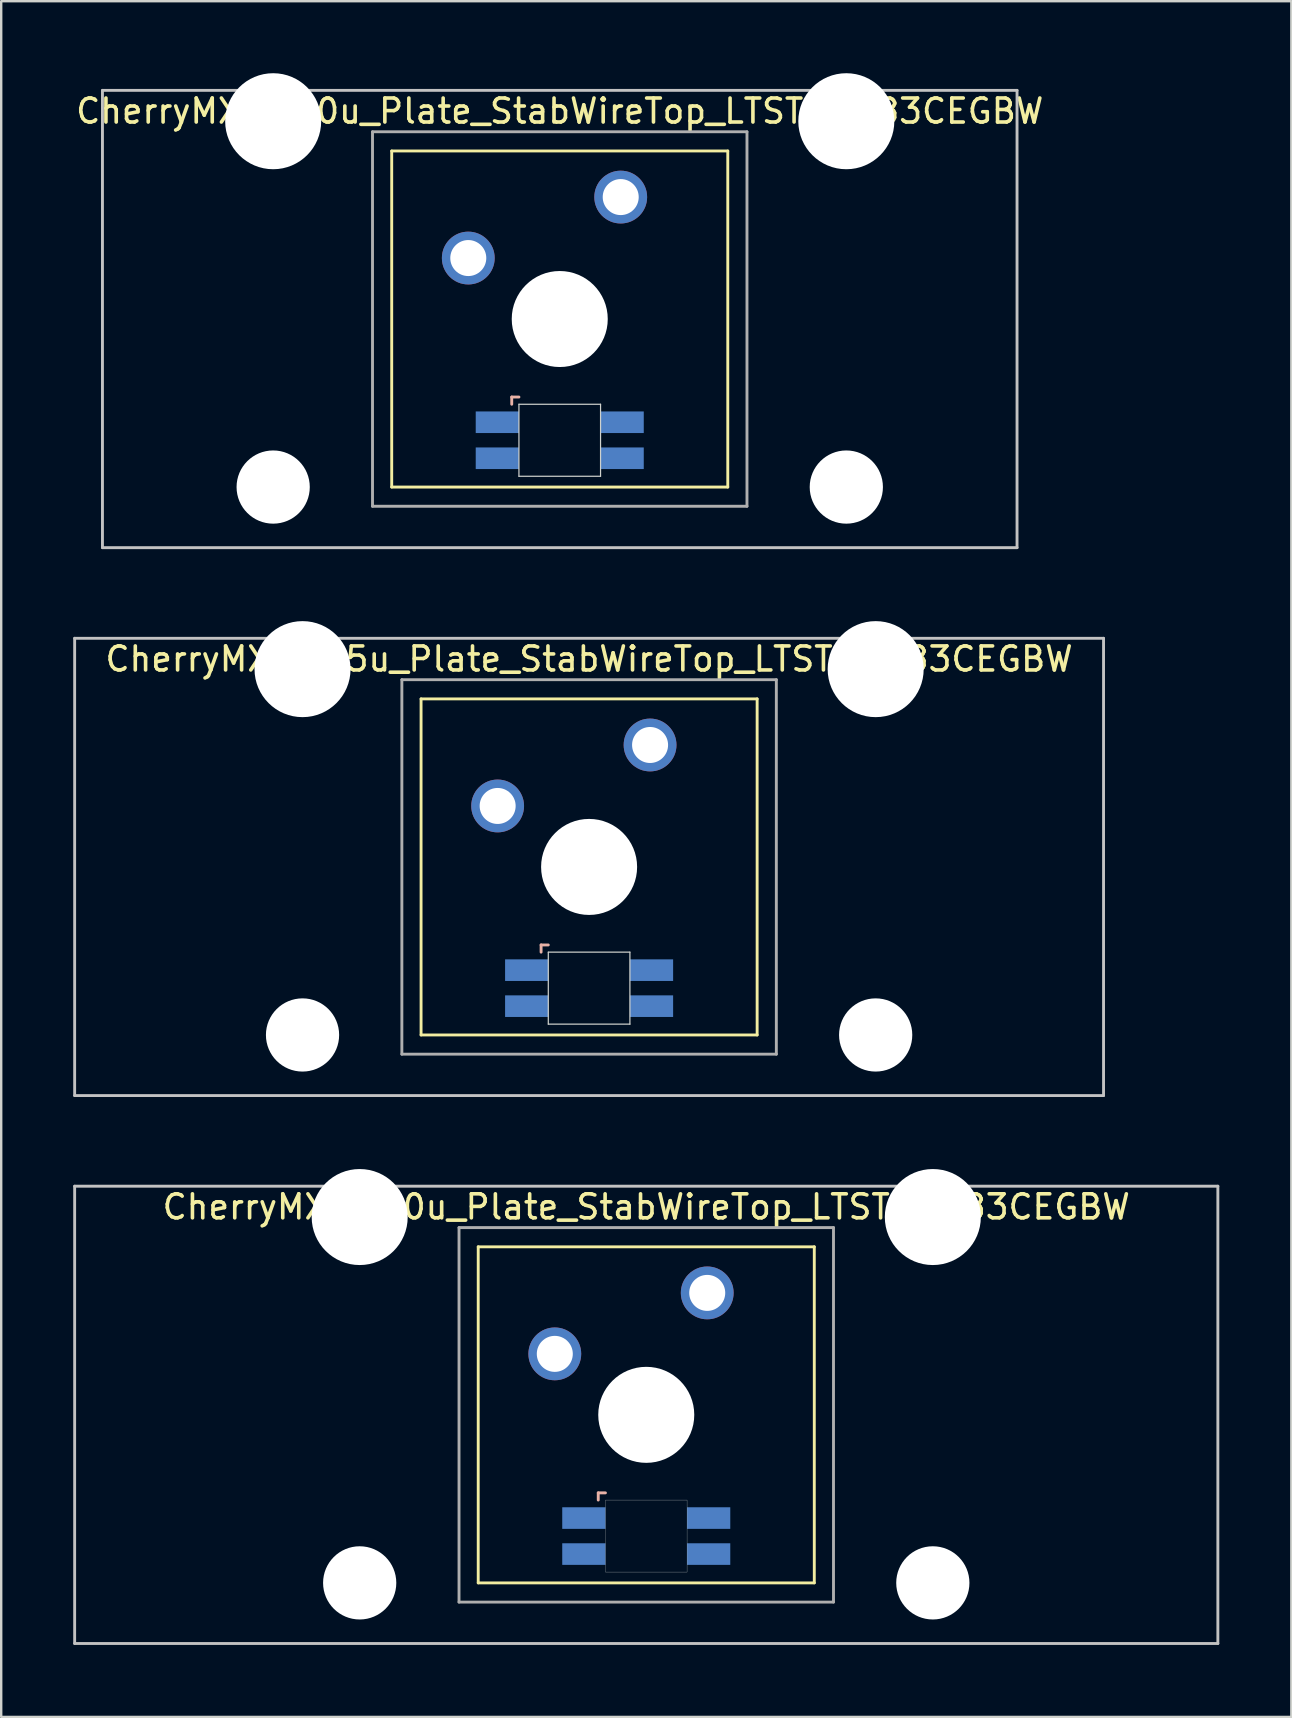
<source format=kicad_pcb>
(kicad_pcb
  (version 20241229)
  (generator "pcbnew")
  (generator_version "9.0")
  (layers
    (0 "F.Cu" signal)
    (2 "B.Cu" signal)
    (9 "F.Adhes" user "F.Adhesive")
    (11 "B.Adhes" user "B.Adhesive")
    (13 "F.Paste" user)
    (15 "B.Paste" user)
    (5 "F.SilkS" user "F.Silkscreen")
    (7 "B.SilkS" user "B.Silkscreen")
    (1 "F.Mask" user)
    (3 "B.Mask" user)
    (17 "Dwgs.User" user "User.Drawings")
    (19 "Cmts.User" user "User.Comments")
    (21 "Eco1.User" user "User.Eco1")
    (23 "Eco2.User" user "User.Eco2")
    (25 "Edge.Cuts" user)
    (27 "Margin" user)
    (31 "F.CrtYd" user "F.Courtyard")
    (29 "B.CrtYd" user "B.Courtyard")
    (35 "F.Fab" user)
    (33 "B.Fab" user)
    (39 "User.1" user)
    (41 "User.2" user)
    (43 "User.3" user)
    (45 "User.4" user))
  (footprint "CherryMX_2.25u_Plate_StabWireTop_LTST-A683CEGBW"
    (layer "F.Cu")
    (at 21.491 33.065)
    (property "Reference" "CherryMX_2.25u_Plate_StabWireTop_LTST-A683CEGBW" (at 0 -8.662 0) (layer "F.SilkS") (effects (font (size 1 1) (thickness 0.15))))
    (attr through_hole)
    (fp_line (start -7 -7) (end -7 7) (stroke (width 0.12) (type solid)) (layer "F.SilkS"))
    (fp_line (start -7 -7) (end 7 -7) (stroke (width 0.12) (type solid)) (layer "F.SilkS"))
    (fp_line (start 7 -7) (end 7 7) (stroke (width 0.12) (type solid)) (layer "F.SilkS"))
    (fp_line (start 7 7) (end -7 7) (stroke (width 0.12) (type solid)) (layer "F.SilkS"))
    (fp_line (start -2 3.25) (end -2 3.55) (stroke (width 0.12) (type solid)) (layer "B.SilkS"))
    (fp_line (start -1.7 3.25) (end -2 3.25) (stroke (width 0.12) (type solid)) (layer "B.SilkS"))
    (fp_line (start -21.431 -9.525) (end 21.431 -9.525) (stroke (width 0.12) (type solid)) (layer "Dwgs.User"))
    (fp_line (start -21.431 9.525) (end -21.431 -9.525) (stroke (width 0.12) (type solid)) (layer "Dwgs.User"))
    (fp_line (start 21.431 -9.525) (end 21.431 9.525) (stroke (width 0.12) (type solid)) (layer "Dwgs.User"))
    (fp_line (start 21.431 9.525) (end -21.431 9.525) (stroke (width 0.12) (type solid)) (layer "Dwgs.User"))
    (fp_line (start -1.7 3.55) (end 1.7 3.55) (stroke (width 0.05) (type solid)) (layer "Edge.Cuts"))
    (fp_line (start -1.7 6.55) (end -1.7 3.55) (stroke (width 0.05) (type solid)) (layer "Edge.Cuts"))
    (fp_line (start 1.7 3.55) (end 1.7 6.55) (stroke (width 0.05) (type solid)) (layer "Edge.Cuts"))
    (fp_line (start 1.7 6.55) (end -1.7 6.55) (stroke (width 0.05) (type solid)) (layer "Edge.Cuts"))
    (fp_line (start -7.8 -7.8) (end -7.8 7.8) (stroke (width 0.12) (type solid)) (layer "F.Fab"))
    (fp_line (start -7.8 -7.8) (end 7.8 -7.8) (stroke (width 0.12) (type solid)) (layer "F.Fab"))
    (fp_line (start -7.8 7.8) (end 7.8 7.8) (stroke (width 0.12) (type solid)) (layer "F.Fab"))
    (fp_line (start 7.8 -7.8) (end 7.8 7.8) (stroke (width 0.12) (type solid)) (layer "F.Fab"))
    (pad "" np_thru_hole circle (at -11.938 -8.24) (size 4 4) (drill 4) (layers "*.Cu" "*.Mask"))
    (pad "" np_thru_hole circle (at -11.938 7) (size 3.05 3.05) (drill 3.05) (layers "*.Cu" "*.Mask"))
    (pad "" np_thru_hole circle (at 0 0) (size 4 4) (drill 4) (layers "*.Cu" "*.Mask"))
    (pad "" np_thru_hole circle (at 11.938 -8.24) (size 4 4) (drill 4) (layers "*.Cu" "*.Mask"))
    (pad "" np_thru_hole circle (at 11.938 7) (size 3.05 3.05) (drill 3.05) (layers "*.Cu" "*.Mask"))
    (pad "1" thru_hole circle (at -3.81 -2.54) (size 2.2 2.2) (drill 1.5) (layers "*.Cu" "*.Mask"))
    (pad "2" thru_hole circle (at 2.54 -5.08) (size 2.2 2.2) (drill 1.5) (layers "*.Cu" "*.Mask"))
    (pad "3" smd rect (at -2.6 4.3) (size 1.8 0.9) (layers "B.Cu" "B.Mask" "B.Paste"))
    (pad "4" smd rect (at -2.6 5.8) (size 1.8 0.9) (layers "B.Cu" "B.Mask" "B.Paste"))
    (pad "5" smd rect (at 2.6 4.3) (size 1.8 0.9) (layers "B.Cu" "B.Mask" "B.Paste"))
    (pad "6" smd rect (at 2.6 5.8) (size 1.8 0.9) (layers "B.Cu" "B.Mask" "B.Paste")))
  (footprint "CherryMX_2.00u_Plate_StabWireTop_LTST-A683CEGBW"
    (layer "F.Cu")
    (at 20.268 10.24)
    (property "Reference" "CherryMX_2.00u_Plate_StabWireTop_LTST-A683CEGBW" (at 0 -8.662 0) (layer "F.SilkS") (effects (font (size 1 1) (thickness 0.15))))
    (attr through_hole)
    (fp_line (start -7 -7) (end -7 7) (stroke (width 0.12) (type solid)) (layer "F.SilkS"))
    (fp_line (start -7 -7) (end 7 -7) (stroke (width 0.12) (type solid)) (layer "F.SilkS"))
    (fp_line (start 7 -7) (end 7 7) (stroke (width 0.12) (type solid)) (layer "F.SilkS"))
    (fp_line (start 7 7) (end -7 7) (stroke (width 0.12) (type solid)) (layer "F.SilkS"))
    (fp_line (start -2 3.25) (end -2 3.55) (stroke (width 0.12) (type solid)) (layer "B.SilkS"))
    (fp_line (start -1.7 3.25) (end -2 3.25) (stroke (width 0.12) (type solid)) (layer "B.SilkS"))
    (fp_line (start -19.05 -9.525) (end 19.05 -9.525) (stroke (width 0.12) (type solid)) (layer "Dwgs.User"))
    (fp_line (start -19.05 9.525) (end -19.05 -9.525) (stroke (width 0.12) (type solid)) (layer "Dwgs.User"))
    (fp_line (start 19.05 -9.525) (end 19.05 9.525) (stroke (width 0.12) (type solid)) (layer "Dwgs.User"))
    (fp_line (start 19.05 9.525) (end -19.05 9.525) (stroke (width 0.12) (type solid)) (layer "Dwgs.User"))
    (fp_line (start -1.7 3.55) (end 1.7 3.55) (stroke (width 0.05) (type solid)) (layer "Edge.Cuts"))
    (fp_line (start -1.7 6.55) (end -1.7 3.55) (stroke (width 0.05) (type solid)) (layer "Edge.Cuts"))
    (fp_line (start 1.7 3.55) (end 1.7 6.55) (stroke (width 0.05) (type solid)) (layer "Edge.Cuts"))
    (fp_line (start 1.7 6.55) (end -1.7 6.55) (stroke (width 0.05) (type solid)) (layer "Edge.Cuts"))
    (fp_line (start -7.8 -7.8) (end -7.8 7.8) (stroke (width 0.12) (type solid)) (layer "F.Fab"))
    (fp_line (start -7.8 -7.8) (end 7.8 -7.8) (stroke (width 0.12) (type solid)) (layer "F.Fab"))
    (fp_line (start -7.8 7.8) (end 7.8 7.8) (stroke (width 0.12) (type solid)) (layer "F.Fab"))
    (fp_line (start 7.8 -7.8) (end 7.8 7.8) (stroke (width 0.12) (type solid)) (layer "F.Fab"))
    (pad "" np_thru_hole circle (at -11.938 -8.24) (size 4 4) (drill 4) (layers "*.Cu" "*.Mask"))
    (pad "" np_thru_hole circle (at -11.938 7) (size 3.05 3.05) (drill 3.05) (layers "*.Cu" "*.Mask"))
    (pad "" np_thru_hole circle (at 0 0) (size 4 4) (drill 4) (layers "*.Cu" "*.Mask"))
    (pad "" np_thru_hole circle (at 11.938 -8.24) (size 4 4) (drill 4) (layers "*.Cu" "*.Mask"))
    (pad "" np_thru_hole circle (at 11.938 7) (size 3.05 3.05) (drill 3.05) (layers "*.Cu" "*.Mask"))
    (pad "1" thru_hole circle (at -3.81 -2.54) (size 2.2 2.2) (drill 1.5) (layers "*.Cu" "*.Mask"))
    (pad "2" thru_hole circle (at 2.54 -5.08) (size 2.2 2.2) (drill 1.5) (layers "*.Cu" "*.Mask"))
    (pad "3" smd rect (at -2.6 4.3) (size 1.8 0.9) (layers "B.Cu" "B.Mask" "B.Paste"))
    (pad "4" smd rect (at -2.6 5.8) (size 1.8 0.9) (layers "B.Cu" "B.Mask" "B.Paste"))
    (pad "5" smd rect (at 2.6 4.3) (size 1.8 0.9) (layers "B.Cu" "B.Mask" "B.Paste"))
    (pad "6" smd rect (at 2.6 5.8) (size 1.8 0.9) (layers "B.Cu" "B.Mask" "B.Paste")))
  (footprint "CherryMX_2.50u_Plate_StabWireTop_LTST-A683CEGBW"
    (layer "F.Cu")
    (at 23.872 55.89)
    (property "Reference" "CherryMX_2.50u_Plate_StabWireTop_LTST-A683CEGBW" (at 0 -8.662 0) (layer "F.SilkS") (effects (font (size 1 1) (thickness 0.15))))
    (attr through_hole)
    (fp_line (start -7 -7) (end -7 7) (stroke (width 0.12) (type solid)) (layer "F.SilkS"))
    (fp_line (start -7 -7) (end 7 -7) (stroke (width 0.12) (type solid)) (layer "F.SilkS"))
    (fp_line (start 7 -7) (end 7 7) (stroke (width 0.12) (type solid)) (layer "F.SilkS"))
    (fp_line (start 7 7) (end -7 7) (stroke (width 0.12) (type solid)) (layer "F.SilkS"))
    (fp_line (start -2 3.25) (end -2 3.55) (stroke (width 0.12) (type solid)) (layer "B.SilkS"))
    (fp_line (start -1.7 3.25) (end -2 3.25) (stroke (width 0.12) (type solid)) (layer "B.SilkS"))
    (fp_line (start -23.812 -9.525) (end 23.812 -9.525) (stroke (width 0.12) (type solid)) (layer "Dwgs.User"))
    (fp_line (start -23.812 9.525) (end -23.812 -9.525) (stroke (width 0.12) (type solid)) (layer "Dwgs.User"))
    (fp_line (start 23.812 -9.525) (end 23.812 9.525) (stroke (width 0.12) (type solid)) (layer "Dwgs.User"))
    (fp_line (start 23.812 9.525) (end -23.812 9.525) (stroke (width 0.12) (type solid)) (layer "Dwgs.User"))
    (fp_poly (pts (xy 1.7 6.55) (xy -1.7 6.55) (xy -1.7 3.55) (xy 1.7 3.55)) (stroke (width 0.01) (type solid)) (fill no) (layer "Edge.Cuts"))
    (fp_line (start -7.8 -7.8) (end -7.8 7.8) (stroke (width 0.12) (type solid)) (layer "F.Fab"))
    (fp_line (start -7.8 -7.8) (end 7.8 -7.8) (stroke (width 0.12) (type solid)) (layer "F.Fab"))
    (fp_line (start -7.8 7.8) (end 7.8 7.8) (stroke (width 0.12) (type solid)) (layer "F.Fab"))
    (fp_line (start 7.8 -7.8) (end 7.8 7.8) (stroke (width 0.12) (type solid)) (layer "F.Fab"))
    (pad "" np_thru_hole circle (at -11.938 -8.24) (size 4 4) (drill 4) (layers "*.Cu" "*.Mask"))
    (pad "" np_thru_hole circle (at -11.938 7) (size 3.05 3.05) (drill 3.05) (layers "*.Cu" "*.Mask"))
    (pad "" np_thru_hole circle (at 0 0) (size 4 4) (drill 4) (layers "*.Cu" "*.Mask"))
    (pad "" np_thru_hole circle (at 11.938 -8.24) (size 4 4) (drill 4) (layers "*.Cu" "*.Mask"))
    (pad "" np_thru_hole circle (at 11.938 7) (size 3.05 3.05) (drill 3.05) (layers "*.Cu" "*.Mask"))
    (pad "1" thru_hole circle (at -3.81 -2.54) (size 2.2 2.2) (drill 1.5) (layers "*.Cu" "*.Mask"))
    (pad "2" thru_hole circle (at 2.54 -5.08) (size 2.2 2.2) (drill 1.5) (layers "*.Cu" "*.Mask"))
    (pad "3" smd rect (at -2.6 4.3) (size 1.8 0.9) (layers "B.Cu" "B.Mask" "B.Paste"))
    (pad "4" smd rect (at -2.6 5.8) (size 1.8 0.9) (layers "B.Cu" "B.Mask" "B.Paste"))
    (pad "5" smd rect (at 2.6 4.3) (size 1.8 0.9) (layers "B.Cu" "B.Mask" "B.Paste"))
    (pad "6" smd rect (at 2.6 5.8) (size 1.8 0.9) (layers "B.Cu" "B.Mask" "B.Paste")))
  (gr_rect
    (start -3 -3)
    (end 50.745 68.475)
    (stroke (width 0.1) (type default))
    (fill no)
    (layer "Edge.Cuts")))
</source>
